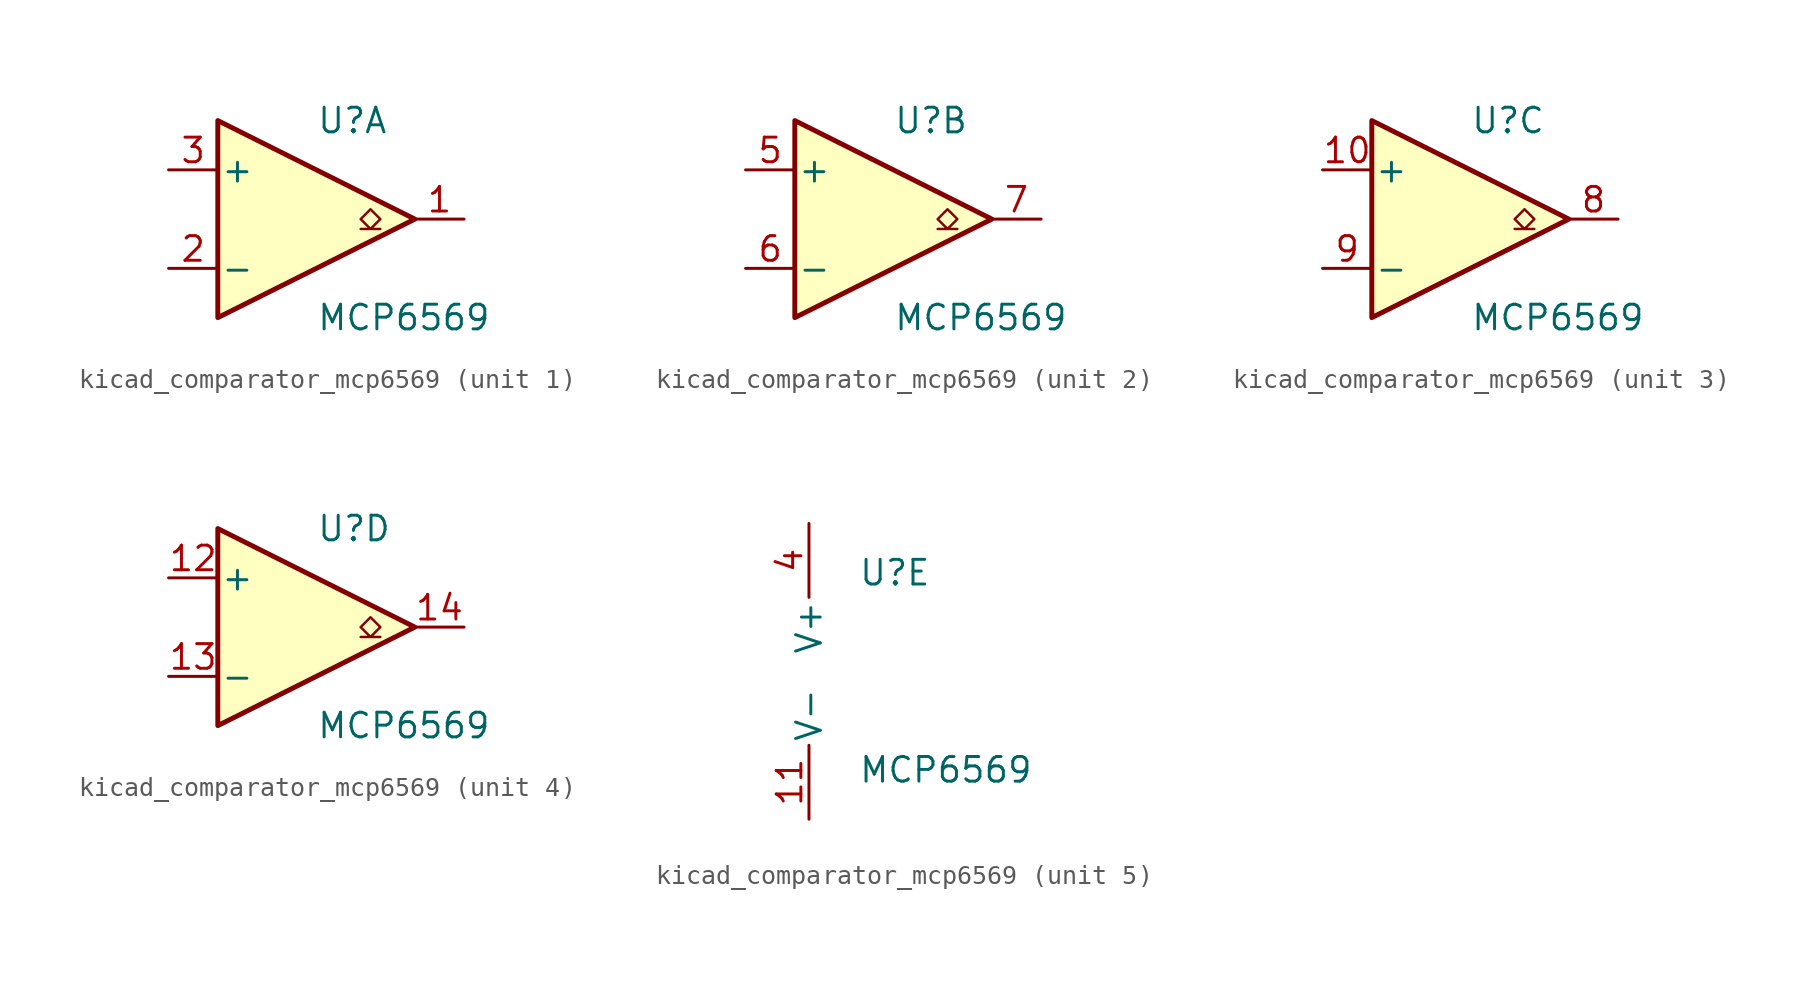
<source format=kicad_sym>
(kicad_symbol_lib
  (version 20220914)
  (generator kicad_symbol_editor)
  (symbol "kicad_comparator_mcp6569"
    (pin_names
      (offset 0.127))
    (property "Reference" "U"
      (at 0 5.08 0)
      (effects (font (size 1.27 1.27)) (justify left)))
    (property "Value" "MCP6569"
      (at 0 -5.08 0)
      (effects (font (size 1.27 1.27)) (justify left)))
    (property "ki_locked" ""
      (at 0 0 0)
      (effects (font (size 1.27 1.27))))
    (symbol "kicad_comparator_mcp6569_1_1"
      (polyline (pts (xy -5.08 5.08) (xy 5.08 0) (xy -5.08 -5.08) (xy -5.08 5.08)) (stroke (width 0.254) (type default)) (fill (type background)))
      (polyline (pts (xy 3.302 -0.508) (xy 2.794 -0.508) (xy 3.302 0) (xy 2.794 0.508) (xy 2.286 0) (xy 2.794 -0.508) (xy 2.286 -0.508)) (stroke (width 0.127) (type default)) (fill (type none)))
      (pin open_collector line (at 7.62 0 180) (length 2.54) (name "~" (effects (font (size 1.27 1.27)))) (number "1" (effects (font (size 1.27 1.27)))))
      (pin input line (at -7.62 -2.54 0) (length 2.54) (name "-" (effects (font (size 1.27 1.27)))) (number "2" (effects (font (size 1.27 1.27)))))
      (pin input line (at -7.62 2.54 0) (length 2.54) (name "+" (effects (font (size 1.27 1.27)))) (number "3" (effects (font (size 1.27 1.27))))))
    (symbol "kicad_comparator_mcp6569_2_1"
      (polyline (pts (xy -5.08 5.08) (xy 5.08 0) (xy -5.08 -5.08) (xy -5.08 5.08)) (stroke (width 0.254) (type default)) (fill (type background)))
      (polyline (pts (xy 3.302 -0.508) (xy 2.794 -0.508) (xy 3.302 0) (xy 2.794 0.508) (xy 2.286 0) (xy 2.794 -0.508) (xy 2.286 -0.508)) (stroke (width 0.127) (type default)) (fill (type none)))
      (pin input line (at -7.62 2.54 0) (length 2.54) (name "+" (effects (font (size 1.27 1.27)))) (number "5" (effects (font (size 1.27 1.27)))))
      (pin input line (at -7.62 -2.54 0) (length 2.54) (name "-" (effects (font (size 1.27 1.27)))) (number "6" (effects (font (size 1.27 1.27)))))
      (pin open_collector line (at 7.62 0 180) (length 2.54) (name "~" (effects (font (size 1.27 1.27)))) (number "7" (effects (font (size 1.27 1.27))))))
    (symbol "kicad_comparator_mcp6569_3_1"
      (polyline (pts (xy -5.08 5.08) (xy 5.08 0) (xy -5.08 -5.08) (xy -5.08 5.08)) (stroke (width 0.254) (type default)) (fill (type background)))
      (polyline (pts (xy 3.302 -0.508) (xy 2.794 -0.508) (xy 3.302 0) (xy 2.794 0.508) (xy 2.286 0) (xy 2.794 -0.508) (xy 2.286 -0.508)) (stroke (width 0.127) (type default)) (fill (type none)))
      (pin input line (at -7.62 2.54 0) (length 2.54) (name "+" (effects (font (size 1.27 1.27)))) (number "10" (effects (font (size 1.27 1.27)))))
      (pin open_collector line (at 7.62 0 180) (length 2.54) (name "~" (effects (font (size 1.27 1.27)))) (number "8" (effects (font (size 1.27 1.27)))))
      (pin input line (at -7.62 -2.54 0) (length 2.54) (name "-" (effects (font (size 1.27 1.27)))) (number "9" (effects (font (size 1.27 1.27))))))
    (symbol "kicad_comparator_mcp6569_4_1"
      (polyline (pts (xy -5.08 5.08) (xy 5.08 0) (xy -5.08 -5.08) (xy -5.08 5.08)) (stroke (width 0.254) (type default)) (fill (type background)))
      (polyline (pts (xy 3.302 -0.508) (xy 2.794 -0.508) (xy 3.302 0) (xy 2.794 0.508) (xy 2.286 0) (xy 2.794 -0.508) (xy 2.286 -0.508)) (stroke (width 0.127) (type default)) (fill (type none)))
      (pin input line (at -7.62 2.54 0) (length 2.54) (name "+" (effects (font (size 1.27 1.27)))) (number "12" (effects (font (size 1.27 1.27)))))
      (pin input line (at -7.62 -2.54 0) (length 2.54) (name "-" (effects (font (size 1.27 1.27)))) (number "13" (effects (font (size 1.27 1.27)))))
      (pin open_collector line (at 7.62 0 180) (length 2.54) (name "~" (effects (font (size 1.27 1.27)))) (number "14" (effects (font (size 1.27 1.27))))))
    (symbol "kicad_comparator_mcp6569_5_1"
      (pin power_in line (at -2.54 -7.62 90) (length 3.81) (name "V-" (effects (font (size 1.27 1.27)))) (number "11" (effects (font (size 1.27 1.27)))))
      (pin power_in line (at -2.54 7.62 270) (length 3.81) (name "V+" (effects (font (size 1.27 1.27)))) (number "4" (effects (font (size 1.27 1.27))))))))
</source>
